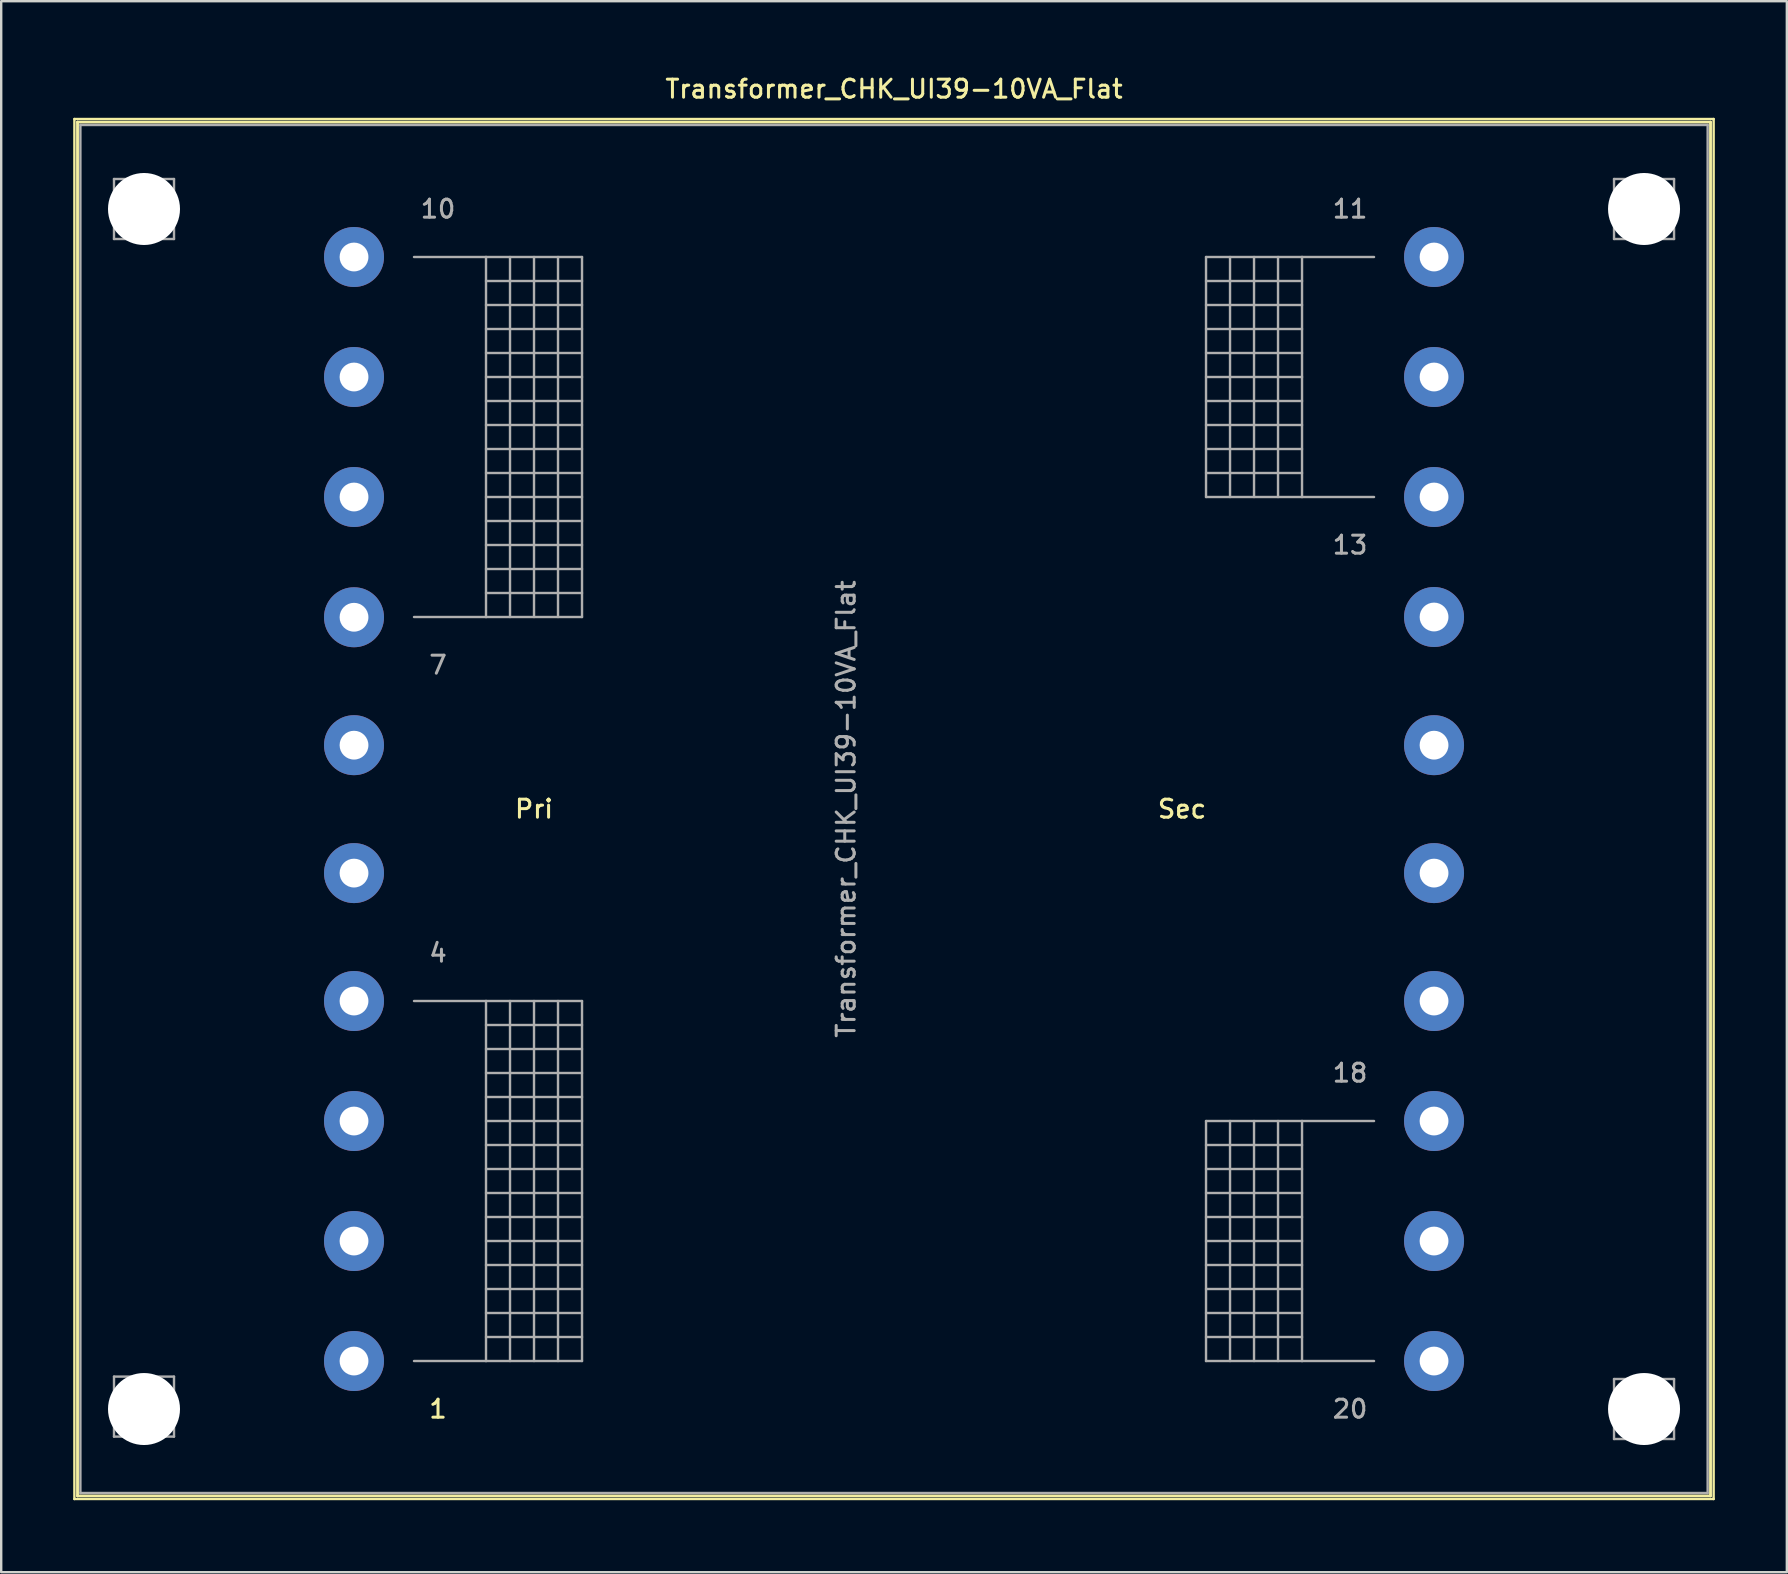
<source format=kicad_pcb>
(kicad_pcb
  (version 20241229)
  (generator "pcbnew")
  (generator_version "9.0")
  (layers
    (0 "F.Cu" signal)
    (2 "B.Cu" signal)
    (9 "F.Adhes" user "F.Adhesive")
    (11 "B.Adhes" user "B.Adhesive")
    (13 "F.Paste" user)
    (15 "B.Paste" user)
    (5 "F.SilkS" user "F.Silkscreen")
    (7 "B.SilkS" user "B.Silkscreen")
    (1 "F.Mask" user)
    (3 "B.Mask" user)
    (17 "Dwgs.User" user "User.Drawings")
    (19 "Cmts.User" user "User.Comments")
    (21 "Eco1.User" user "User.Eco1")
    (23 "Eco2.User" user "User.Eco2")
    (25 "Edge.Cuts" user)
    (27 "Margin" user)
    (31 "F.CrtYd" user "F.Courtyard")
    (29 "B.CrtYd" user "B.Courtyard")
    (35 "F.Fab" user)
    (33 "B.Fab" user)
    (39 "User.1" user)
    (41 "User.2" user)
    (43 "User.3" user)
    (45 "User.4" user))
  (footprint "Transformer_CHK_UI39-10VA_Flat"
    (layer "F.Cu")
    (at 11.7 53.658)
    (property "Reference" "Transformer_CHK_UI39-10VA_Flat" (at 22.5 -53 0) (layer "F.SilkS") (effects (font (size 0.75 0.75) (thickness 0.125))))
    (attr through_hole)
    (fp_line (start -11.65 -51.75) (end -11.65 5.75) (stroke (width 0.1) (type solid)) (layer "F.SilkS"))
    (fp_line (start -11.65 -51.75) (end 56.65 -51.75) (stroke (width 0.1) (type solid)) (layer "F.SilkS"))
    (fp_line (start -11.52 -51.62) (end -11.52 5.62) (stroke (width 0.12) (type solid)) (layer "F.SilkS"))
    (fp_line (start -11.52 -51.62) (end 56.52 -51.62) (stroke (width 0.12) (type solid)) (layer "F.SilkS"))
    (fp_line (start 56.52 5.62) (end -11.52 5.62) (stroke (width 0.12) (type solid)) (layer "F.SilkS"))
    (fp_line (start 56.52 5.62) (end 56.52 -51.62) (stroke (width 0.12) (type solid)) (layer "F.SilkS"))
    (fp_line (start 56.65 5.75) (end -11.65 5.75) (stroke (width 0.1) (type solid)) (layer "F.SilkS"))
    (fp_line (start 56.65 5.75) (end 56.65 -51.75) (stroke (width 0.1) (type solid)) (layer "F.SilkS"))
    (fp_line (start -11.4 -51.5) (end -11.4 5.5) (stroke (width 0.1) (type solid)) (layer "F.Fab"))
    (fp_line (start -11.4 5.5) (end 56.4 5.5) (stroke (width 0.1) (type solid)) (layer "F.Fab"))
    (fp_line (start -10 -49.25) (end -10 -46.75) (stroke (width 0.1) (type solid)) (layer "F.Fab"))
    (fp_line (start -10 -46.75) (end -7.5 -46.75) (stroke (width 0.1) (type solid)) (layer "F.Fab"))
    (fp_line (start -10 0.65) (end -10 3.15) (stroke (width 0.1) (type solid)) (layer "F.Fab"))
    (fp_line (start -10 3.15) (end -7.5 3.15) (stroke (width 0.1) (type solid)) (layer "F.Fab"))
    (fp_line (start -8.75 -49.25) (end -10 -49.25) (stroke (width 0.1) (type solid)) (layer "F.Fab"))
    (fp_line (start -8.75 0.65) (end -10 0.65) (stroke (width 0.1) (type solid)) (layer "F.Fab"))
    (fp_line (start -7.5 -49.25) (end -8.75 -49.25) (stroke (width 0.1) (type solid)) (layer "F.Fab"))
    (fp_line (start -7.5 -46.75) (end -7.5 -49.25) (stroke (width 0.1) (type solid)) (layer "F.Fab"))
    (fp_line (start -7.5 0.65) (end -8.75 0.65) (stroke (width 0.1) (type solid)) (layer "F.Fab"))
    (fp_line (start -7.5 3.15) (end -7.5 0.65) (stroke (width 0.1) (type solid)) (layer "F.Fab"))
    (fp_line (start 2.5 -46) (end 5.5 -46) (stroke (width 0.1) (type solid)) (layer "F.Fab"))
    (fp_line (start 2.5 -15) (end 5.5 -15) (stroke (width 0.1) (type solid)) (layer "F.Fab"))
    (fp_line (start 5.5 -46) (end 5.5 -31) (stroke (width 0.1) (type solid)) (layer "F.Fab"))
    (fp_line (start 5.5 -46) (end 9.5 -46) (stroke (width 0.1) (type solid)) (layer "F.Fab"))
    (fp_line (start 5.5 -45) (end 9.5 -45) (stroke (width 0.1) (type solid)) (layer "F.Fab"))
    (fp_line (start 5.5 -44) (end 9.5 -44) (stroke (width 0.1) (type solid)) (layer "F.Fab"))
    (fp_line (start 5.5 -43) (end 9.5 -43) (stroke (width 0.1) (type solid)) (layer "F.Fab"))
    (fp_line (start 5.5 -42) (end 9.5 -42) (stroke (width 0.1) (type solid)) (layer "F.Fab"))
    (fp_line (start 5.5 -41) (end 9.5 -41) (stroke (width 0.1) (type solid)) (layer "F.Fab"))
    (fp_line (start 5.5 -40) (end 9.5 -40) (stroke (width 0.1) (type solid)) (layer "F.Fab"))
    (fp_line (start 5.5 -39) (end 9.5 -39) (stroke (width 0.1) (type solid)) (layer "F.Fab"))
    (fp_line (start 5.5 -38) (end 9.5 -38) (stroke (width 0.1) (type solid)) (layer "F.Fab"))
    (fp_line (start 5.5 -37) (end 9.5 -37) (stroke (width 0.1) (type solid)) (layer "F.Fab"))
    (fp_line (start 5.5 -36) (end 9.5 -36) (stroke (width 0.1) (type solid)) (layer "F.Fab"))
    (fp_line (start 5.5 -35) (end 9.5 -35) (stroke (width 0.1) (type solid)) (layer "F.Fab"))
    (fp_line (start 5.5 -34) (end 9.5 -34) (stroke (width 0.1) (type solid)) (layer "F.Fab"))
    (fp_line (start 5.5 -33) (end 9.5 -33) (stroke (width 0.1) (type solid)) (layer "F.Fab"))
    (fp_line (start 5.5 -32) (end 9.5 -32) (stroke (width 0.1) (type solid)) (layer "F.Fab"))
    (fp_line (start 5.5 -31) (end 2.5 -31) (stroke (width 0.1) (type solid)) (layer "F.Fab"))
    (fp_line (start 5.5 -15) (end 5.5 0) (stroke (width 0.1) (type solid)) (layer "F.Fab"))
    (fp_line (start 5.5 -15) (end 9.5 -15) (stroke (width 0.1) (type solid)) (layer "F.Fab"))
    (fp_line (start 5.5 -14) (end 9.5 -14) (stroke (width 0.1) (type solid)) (layer "F.Fab"))
    (fp_line (start 5.5 -13) (end 9.5 -13) (stroke (width 0.1) (type solid)) (layer "F.Fab"))
    (fp_line (start 5.5 -12) (end 9.5 -12) (stroke (width 0.1) (type solid)) (layer "F.Fab"))
    (fp_line (start 5.5 -11) (end 9.5 -11) (stroke (width 0.1) (type solid)) (layer "F.Fab"))
    (fp_line (start 5.5 -10) (end 9.5 -10) (stroke (width 0.1) (type solid)) (layer "F.Fab"))
    (fp_line (start 5.5 -9) (end 9.5 -9) (stroke (width 0.1) (type solid)) (layer "F.Fab"))
    (fp_line (start 5.5 -8) (end 9.5 -8) (stroke (width 0.1) (type solid)) (layer "F.Fab"))
    (fp_line (start 5.5 -7) (end 9.5 -7) (stroke (width 0.1) (type solid)) (layer "F.Fab"))
    (fp_line (start 5.5 -6) (end 9.5 -6) (stroke (width 0.1) (type solid)) (layer "F.Fab"))
    (fp_line (start 5.5 -5) (end 9.5 -5) (stroke (width 0.1) (type solid)) (layer "F.Fab"))
    (fp_line (start 5.5 -4) (end 9.5 -4) (stroke (width 0.1) (type solid)) (layer "F.Fab"))
    (fp_line (start 5.5 -3) (end 9.5 -3) (stroke (width 0.1) (type solid)) (layer "F.Fab"))
    (fp_line (start 5.5 -2) (end 9.5 -2) (stroke (width 0.1) (type solid)) (layer "F.Fab"))
    (fp_line (start 5.5 -1) (end 9.5 -1) (stroke (width 0.1) (type solid)) (layer "F.Fab"))
    (fp_line (start 5.5 0) (end 2.5 0) (stroke (width 0.1) (type solid)) (layer "F.Fab"))
    (fp_line (start 6.5 -46) (end 6.5 -31) (stroke (width 0.1) (type solid)) (layer "F.Fab"))
    (fp_line (start 6.5 -15) (end 6.5 0) (stroke (width 0.1) (type solid)) (layer "F.Fab"))
    (fp_line (start 7.5 -31) (end 7.5 -46) (stroke (width 0.1) (type solid)) (layer "F.Fab"))
    (fp_line (start 7.5 0) (end 7.5 -15) (stroke (width 0.1) (type solid)) (layer "F.Fab"))
    (fp_line (start 8.5 -46) (end 8.5 -31) (stroke (width 0.1) (type solid)) (layer "F.Fab"))
    (fp_line (start 8.5 -15) (end 8.5 0) (stroke (width 0.1) (type solid)) (layer "F.Fab"))
    (fp_line (start 9.5 -46) (end 9.5 -31) (stroke (width 0.1) (type solid)) (layer "F.Fab"))
    (fp_line (start 9.5 -31) (end 5.5 -31) (stroke (width 0.1) (type solid)) (layer "F.Fab"))
    (fp_line (start 9.5 -15) (end 9.5 0) (stroke (width 0.1) (type solid)) (layer "F.Fab"))
    (fp_line (start 9.5 0) (end 5.5 0) (stroke (width 0.1) (type solid)) (layer "F.Fab"))
    (fp_line (start 35.5 -46) (end 35.5 -36) (stroke (width 0.1) (type solid)) (layer "F.Fab"))
    (fp_line (start 35.5 -45) (end 39.5 -45) (stroke (width 0.1) (type solid)) (layer "F.Fab"))
    (fp_line (start 35.5 -44) (end 39.5 -44) (stroke (width 0.1) (type solid)) (layer "F.Fab"))
    (fp_line (start 35.5 -43) (end 39.5 -43) (stroke (width 0.1) (type solid)) (layer "F.Fab"))
    (fp_line (start 35.5 -42) (end 39.5 -42) (stroke (width 0.1) (type solid)) (layer "F.Fab"))
    (fp_line (start 35.5 -41) (end 39.5 -41) (stroke (width 0.1) (type solid)) (layer "F.Fab"))
    (fp_line (start 35.5 -40) (end 39.5 -40) (stroke (width 0.1) (type solid)) (layer "F.Fab"))
    (fp_line (start 35.5 -39) (end 39.5 -39) (stroke (width 0.1) (type solid)) (layer "F.Fab"))
    (fp_line (start 35.5 -38) (end 39.5 -38) (stroke (width 0.1) (type solid)) (layer "F.Fab"))
    (fp_line (start 35.5 -37) (end 39.5 -37) (stroke (width 0.1) (type solid)) (layer "F.Fab"))
    (fp_line (start 35.5 -36) (end 39.5 -36) (stroke (width 0.1) (type solid)) (layer "F.Fab"))
    (fp_line (start 35.5 -10) (end 35.5 0) (stroke (width 0.1) (type solid)) (layer "F.Fab"))
    (fp_line (start 35.5 -9) (end 39.5 -9) (stroke (width 0.1) (type solid)) (layer "F.Fab"))
    (fp_line (start 35.5 -8) (end 39.5 -8) (stroke (width 0.1) (type solid)) (layer "F.Fab"))
    (fp_line (start 35.5 -7) (end 39.5 -7) (stroke (width 0.1) (type solid)) (layer "F.Fab"))
    (fp_line (start 35.5 -6) (end 39.5 -6) (stroke (width 0.1) (type solid)) (layer "F.Fab"))
    (fp_line (start 35.5 -5) (end 39.5 -5) (stroke (width 0.1) (type solid)) (layer "F.Fab"))
    (fp_line (start 35.5 -4) (end 39.5 -4) (stroke (width 0.1) (type solid)) (layer "F.Fab"))
    (fp_line (start 35.5 -3) (end 39.5 -3) (stroke (width 0.1) (type solid)) (layer "F.Fab"))
    (fp_line (start 35.5 -2) (end 39.5 -2) (stroke (width 0.1) (type solid)) (layer "F.Fab"))
    (fp_line (start 35.5 -1) (end 39.5 -1) (stroke (width 0.1) (type solid)) (layer "F.Fab"))
    (fp_line (start 35.5 0) (end 39.5 0) (stroke (width 0.1) (type solid)) (layer "F.Fab"))
    (fp_line (start 36.5 -46) (end 36.5 -36) (stroke (width 0.1) (type solid)) (layer "F.Fab"))
    (fp_line (start 36.5 -10) (end 36.5 0) (stroke (width 0.1) (type solid)) (layer "F.Fab"))
    (fp_line (start 37.5 -36) (end 37.5 -46) (stroke (width 0.1) (type solid)) (layer "F.Fab"))
    (fp_line (start 37.5 0) (end 37.5 -10) (stroke (width 0.1) (type solid)) (layer "F.Fab"))
    (fp_line (start 38.5 -46) (end 38.5 -36) (stroke (width 0.1) (type solid)) (layer "F.Fab"))
    (fp_line (start 38.5 -10) (end 38.5 0) (stroke (width 0.1) (type solid)) (layer "F.Fab"))
    (fp_line (start 39.5 -46) (end 35.5 -46) (stroke (width 0.1) (type solid)) (layer "F.Fab"))
    (fp_line (start 39.5 -46) (end 39.5 -36) (stroke (width 0.1) (type solid)) (layer "F.Fab"))
    (fp_line (start 39.5 -36) (end 42.5 -36) (stroke (width 0.1) (type solid)) (layer "F.Fab"))
    (fp_line (start 39.5 -10) (end 35.5 -10) (stroke (width 0.1) (type solid)) (layer "F.Fab"))
    (fp_line (start 39.5 -10) (end 39.5 0) (stroke (width 0.1) (type solid)) (layer "F.Fab"))
    (fp_line (start 39.5 0) (end 42.5 0) (stroke (width 0.1) (type solid)) (layer "F.Fab"))
    (fp_line (start 42.5 -46) (end 39.5 -46) (stroke (width 0.1) (type solid)) (layer "F.Fab"))
    (fp_line (start 42.5 -10) (end 39.5 -10) (stroke (width 0.1) (type solid)) (layer "F.Fab"))
    (fp_line (start 52.5 -49.25) (end 52.5 -46.75) (stroke (width 0.1) (type solid)) (layer "F.Fab"))
    (fp_line (start 52.5 -46.75) (end 55 -46.75) (stroke (width 0.1) (type solid)) (layer "F.Fab"))
    (fp_line (start 52.5 0.75) (end 52.5 3.25) (stroke (width 0.1) (type solid)) (layer "F.Fab"))
    (fp_line (start 52.5 3.25) (end 55 3.25) (stroke (width 0.1) (type solid)) (layer "F.Fab"))
    (fp_line (start 53.75 -49.25) (end 52.5 -49.25) (stroke (width 0.1) (type solid)) (layer "F.Fab"))
    (fp_line (start 53.75 0.75) (end 52.5 0.75) (stroke (width 0.1) (type solid)) (layer "F.Fab"))
    (fp_line (start 55 -49.25) (end 53.75 -49.25) (stroke (width 0.1) (type solid)) (layer "F.Fab"))
    (fp_line (start 55 -46.75) (end 55 -49.25) (stroke (width 0.1) (type solid)) (layer "F.Fab"))
    (fp_line (start 55 0.75) (end 53.75 0.75) (stroke (width 0.1) (type solid)) (layer "F.Fab"))
    (fp_line (start 55 3.25) (end 55 0.75) (stroke (width 0.1) (type solid)) (layer "F.Fab"))
    (fp_line (start 56.4 -51.5) (end -11.4 -51.5) (stroke (width 0.1) (type solid)) (layer "F.Fab"))
    (fp_line (start 56.4 5.5) (end 56.4 -51.5) (stroke (width 0.1) (type solid)) (layer "F.Fab"))
    (fp_text user "Pri" (at 7.5 -23 0) (layer "F.SilkS") (effects (font (size 0.75 0.75) (thickness 0.125))))
    (fp_text user "Sec" (at 34.5 -23 0) (layer "F.SilkS") (effects (font (size 0.75 0.75) (thickness 0.125))))
    (fp_text user "1" (at 3.5 2 0) (layer "F.SilkS") (effects (font (size 0.75 0.75) (thickness 0.125))))
    (fp_text user "18" (at 41.5 -12 0) (layer "F.Fab") (effects (font (size 0.75 0.75) (thickness 0.125))))
    (fp_text user "20" (at 41.5 2 0) (layer "F.Fab") (effects (font (size 0.75 0.75) (thickness 0.125))))
    (fp_text user "${REFERENCE}" (at 20.5 -23 90) (layer "F.Fab") (effects (font (size 0.75 0.75) (thickness 0.125))))
    (fp_text user "7" (at 3.5 -29 0) (layer "F.Fab") (effects (font (size 0.75 0.75) (thickness 0.125))))
    (fp_text user "11" (at 41.5 -48 0) (layer "F.Fab") (effects (font (size 0.75 0.75) (thickness 0.125))))
    (fp_text user "4" (at 3.5 -17 0) (layer "F.Fab") (effects (font (size 0.75 0.75) (thickness 0.125))))
    (fp_text user "13" (at 41.5 -34 0) (layer "F.Fab") (effects (font (size 0.75 0.75) (thickness 0.125))))
    (fp_text user "10" (at 3.5 -48 0) (layer "F.Fab") (effects (font (size 0.75 0.75) (thickness 0.125))))
    (pad "" np_thru_hole circle (at -8.75 -48) (size 3 3) (drill 3) (layers "*.Cu" "*.Mask"))
    (pad "" np_thru_hole circle (at -8.75 2) (size 3 3) (drill 3) (layers "*.Cu" "*.Mask"))
    (pad "" np_thru_hole circle (at 53.75 -48) (size 3 3) (drill 3) (layers "*.Cu" "*.Mask"))
    (pad "" np_thru_hole circle (at 53.75 2) (size 3 3) (drill 3) (layers "*.Cu" "*.Mask"))
    (pad "1" thru_hole circle (at 0 0) (size 2.5 2.5) (drill 1.2) (layers "*.Cu" "*.Mask"))
    (pad "2" thru_hole circle (at 0 -5) (size 2.5 2.5) (drill 1.2) (layers "*.Cu" "*.Mask"))
    (pad "3" thru_hole circle (at 0 -10) (size 2.5 2.5) (drill 1.2) (layers "*.Cu" "*.Mask"))
    (pad "4" thru_hole circle (at 0 -15) (size 2.5 2.5) (drill 1.2) (layers "*.Cu" "*.Mask"))
    (pad "5" thru_hole circle (at 0 -20.33) (size 2.5 2.5) (drill 1.2) (layers "*.Cu" "*.Mask"))
    (pad "6" thru_hole circle (at 0 -25.66) (size 2.5 2.5) (drill 1.2) (layers "*.Cu" "*.Mask"))
    (pad "7" thru_hole circle (at 0 -30.99) (size 2.5 2.5) (drill 1.2) (layers "*.Cu" "*.Mask"))
    (pad "8" thru_hole circle (at 0 -36) (size 2.5 2.5) (drill 1.2) (layers "*.Cu" "*.Mask"))
    (pad "9" thru_hole circle (at 0 -41) (size 2.5 2.5) (drill 1.2) (layers "*.Cu" "*.Mask"))
    (pad "10" thru_hole circle (at 0 -46) (size 2.5 2.5) (drill 1.2) (layers "*.Cu" "*.Mask"))
    (pad "11" thru_hole circle (at 45 -46) (size 2.5 2.5) (drill 1.2) (layers "*.Cu" "*.Mask"))
    (pad "12" thru_hole circle (at 45 -41) (size 2.5 2.5) (drill 1.2) (layers "*.Cu" "*.Mask"))
    (pad "13" thru_hole circle (at 45 -36) (size 2.5 2.5) (drill 1.2) (layers "*.Cu" "*.Mask"))
    (pad "14" thru_hole circle (at 45 -31) (size 2.5 2.5) (drill 1.2) (layers "*.Cu" "*.Mask"))
    (pad "15" thru_hole circle (at 45 -25.66) (size 2.5 2.5) (drill 1.2) (layers "*.Cu" "*.Mask"))
    (pad "16" thru_hole circle (at 45 -20.33) (size 2.5 2.5) (drill 1.2) (layers "*.Cu" "*.Mask"))
    (pad "17" thru_hole circle (at 45 -15) (size 2.5 2.5) (drill 1.2) (layers "*.Cu" "*.Mask"))
    (pad "18" thru_hole circle (at 45 -10) (size 2.5 2.5) (drill 1.2) (layers "*.Cu" "*.Mask"))
    (pad "19" thru_hole circle (at 45 -5) (size 2.5 2.5) (drill 1.2) (layers "*.Cu" "*.Mask"))
    (pad "20" thru_hole circle (at 45 0) (size 2.5 2.5) (drill 1.2) (layers "*.Cu" "*.Mask")))
  (gr_rect
    (start -3 -3)
    (end 71.4 62.458)
    (stroke (width 0.1) (type default))
    (fill no)
    (layer "Edge.Cuts")))
</source>
